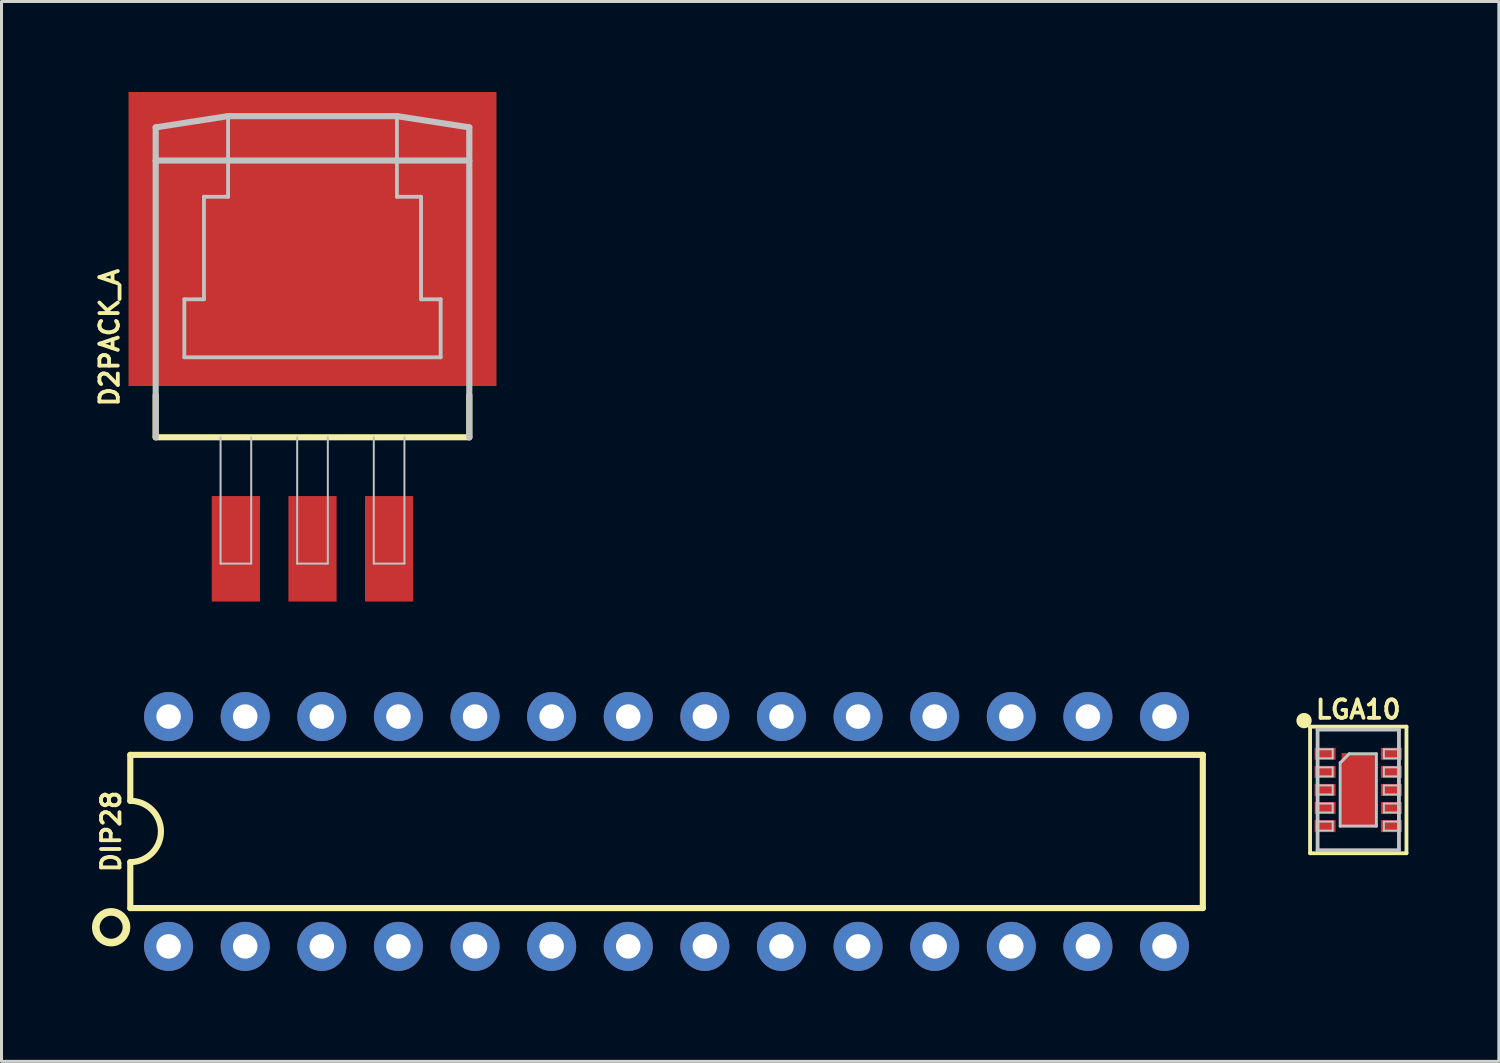
<source format=kicad_pcb>
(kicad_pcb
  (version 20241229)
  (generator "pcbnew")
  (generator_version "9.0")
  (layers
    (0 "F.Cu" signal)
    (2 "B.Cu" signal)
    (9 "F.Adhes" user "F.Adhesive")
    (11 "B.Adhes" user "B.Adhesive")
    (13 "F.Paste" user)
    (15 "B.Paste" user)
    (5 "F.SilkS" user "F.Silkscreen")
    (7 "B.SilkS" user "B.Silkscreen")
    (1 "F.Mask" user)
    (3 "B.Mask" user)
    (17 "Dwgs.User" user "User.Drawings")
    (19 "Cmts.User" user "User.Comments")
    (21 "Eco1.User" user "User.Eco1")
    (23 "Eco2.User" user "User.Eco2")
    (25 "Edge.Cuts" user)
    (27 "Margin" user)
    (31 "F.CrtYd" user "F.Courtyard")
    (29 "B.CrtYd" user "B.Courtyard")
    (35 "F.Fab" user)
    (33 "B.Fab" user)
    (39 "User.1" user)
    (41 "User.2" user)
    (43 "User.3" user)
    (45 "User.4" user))
  (footprint "D2PACK_A"
    (layer "F.Cu")
    (at 7.311 6.873)
    (property "Reference" "D2PACK_A" (at -6.731 1.27 90) (layer "F.SilkS") (effects (font (size 0.61 0.61) (thickness 0.127))))
    (attr smd)
    (fp_line (start -5.199 4.575) (end -5.199 3.175) (stroke (width 0.203) (type solid)) (layer "F.SilkS"))
    (fp_line (start 5.199 4.575) (end -5.199 4.575) (stroke (width 0.203) (type solid)) (layer "F.SilkS"))
    (fp_line (start 5.199 4.575) (end 5.199 3.175) (stroke (width 0.203) (type solid)) (layer "F.SilkS"))
    (fp_line (start -5.199 -5.7) (end -2.799 -6.073) (stroke (width 0.203) (type solid)) (layer "Dwgs.User"))
    (fp_line (start -5.199 -4.6) (end -5.199 -5.7) (stroke (width 0.203) (type solid)) (layer "Dwgs.User"))
    (fp_line (start -5.199 4.575) (end -5.199 -4.575) (stroke (width 0.203) (type solid)) (layer "Dwgs.User"))
    (fp_line (start -4.249 0) (end -3.599 0) (stroke (width 0.127) (type solid)) (layer "Dwgs.User"))
    (fp_line (start -4.249 1.923) (end -4.249 0) (stroke (width 0.127) (type solid)) (layer "Dwgs.User"))
    (fp_line (start -3.599 -3.399) (end -2.799 -3.399) (stroke (width 0.127) (type solid)) (layer "Dwgs.User"))
    (fp_line (start -3.599 0) (end -3.599 -3.399) (stroke (width 0.127) (type solid)) (layer "Dwgs.User"))
    (fp_line (start -3.048 8.763) (end -3.048 4.572) (stroke (width 0.066) (type solid)) (layer "Dwgs.User"))
    (fp_line (start -3.048 8.763) (end -2.032 8.763) (stroke (width 0.066) (type solid)) (layer "Dwgs.User"))
    (fp_line (start -2.799 -6.073) (end 2.799 -6.073) (stroke (width 0.127) (type solid)) (layer "Dwgs.User"))
    (fp_line (start -2.799 -6.073) (end 2.799 -6.073) (stroke (width 0.203) (type solid)) (layer "Dwgs.User"))
    (fp_line (start -2.799 -3.399) (end -2.799 -6.073) (stroke (width 0.127) (type solid)) (layer "Dwgs.User"))
    (fp_line (start -2.032 8.763) (end -2.032 4.572) (stroke (width 0.066) (type solid)) (layer "Dwgs.User"))
    (fp_line (start -0.508 8.763) (end -0.508 4.572) (stroke (width 0.066) (type solid)) (layer "Dwgs.User"))
    (fp_line (start -0.508 8.763) (end 0.508 8.763) (stroke (width 0.066) (type solid)) (layer "Dwgs.User"))
    (fp_line (start 0.508 8.763) (end 0.508 4.572) (stroke (width 0.066) (type solid)) (layer "Dwgs.User"))
    (fp_line (start 2.032 8.763) (end 2.032 4.572) (stroke (width 0.066) (type solid)) (layer "Dwgs.User"))
    (fp_line (start 2.032 8.763) (end 3.048 8.763) (stroke (width 0.066) (type solid)) (layer "Dwgs.User"))
    (fp_line (start 2.799 -6.073) (end 2.799 -3.399) (stroke (width 0.127) (type solid)) (layer "Dwgs.User"))
    (fp_line (start 2.799 -6.073) (end 5.199 -5.7) (stroke (width 0.203) (type solid)) (layer "Dwgs.User"))
    (fp_line (start 2.799 -3.399) (end 3.599 -3.399) (stroke (width 0.127) (type solid)) (layer "Dwgs.User"))
    (fp_line (start 3.048 8.763) (end 3.048 4.572) (stroke (width 0.066) (type solid)) (layer "Dwgs.User"))
    (fp_line (start 3.599 -3.399) (end 3.599 0) (stroke (width 0.127) (type solid)) (layer "Dwgs.User"))
    (fp_line (start 3.599 0) (end 4.249 0) (stroke (width 0.127) (type solid)) (layer "Dwgs.User"))
    (fp_line (start 4.249 0) (end 4.249 1.923) (stroke (width 0.127) (type solid)) (layer "Dwgs.User"))
    (fp_line (start 4.249 1.923) (end -4.249 1.923) (stroke (width 0.127) (type solid)) (layer "Dwgs.User"))
    (fp_line (start 5.199 -5.7) (end 5.199 -4.6) (stroke (width 0.203) (type solid)) (layer "Dwgs.User"))
    (fp_line (start 5.199 -4.6) (end -5.199 -4.6) (stroke (width 0.203) (type solid)) (layer "Dwgs.User"))
    (fp_line (start 5.199 -4.575) (end 5.199 4.575) (stroke (width 0.203) (type solid)) (layer "Dwgs.User"))
    (pad "1" smd rect (at -2.54 8.273) (size 1.598 3.498) (layers "F.Cu" "F.Mask" "F.Paste"))
    (pad "2" smd rect (at 0 8.273) (size 1.598 3.498) (layers "F.Cu" "F.Mask" "F.Paste"))
    (pad "3" smd rect (at 2.54 8.273) (size 1.598 3.498) (layers "F.Cu" "F.Mask" "F.Paste"))
    (pad "TAB" smd rect (at 0 -1.999) (size 12.2 9.749) (layers "F.Cu" "F.Mask" "F.Paste")))
  (footprint "LGA10"
    (layer "F.Cu")
    (at 41.984 23.141)
    (property "Reference" "LGA10" (at 0 -2.667 0) (layer "F.SilkS") (effects (font (size 0.61 0.61) (thickness 0.127))))
    (attr smd)
    (fp_line (start -1.598 -2.098) (end -1.598 2.098) (stroke (width 0.127) (type solid)) (layer "F.SilkS"))
    (fp_line (start -1.598 2.098) (end 1.598 2.098) (stroke (width 0.127) (type solid)) (layer "F.SilkS"))
    (fp_line (start 1.598 -2.098) (end -1.598 -2.098) (stroke (width 0.127) (type solid)) (layer "F.SilkS"))
    (fp_line (start 1.598 2.098) (end 1.598 -2.098) (stroke (width 0.127) (type solid)) (layer "F.SilkS"))
    (fp_circle (center -1.798 -2.299) (end -1.798 -2.553) (stroke (width 0) (type solid)) (fill yes) (layer "F.SilkS"))
    (fp_line (start -1.349 -1.999) (end -1.349 1.999) (stroke (width 0.127) (type solid)) (layer "Dwgs.User"))
    (fp_line (start -1.349 -1.349) (end -0.848 -1.349) (stroke (width 0.066) (type solid)) (layer "Dwgs.User"))
    (fp_line (start -1.349 -1.049) (end -1.349 -1.349) (stroke (width 0.066) (type solid)) (layer "Dwgs.User"))
    (fp_line (start -1.349 -1.049) (end -0.848 -1.049) (stroke (width 0.066) (type solid)) (layer "Dwgs.User"))
    (fp_line (start -1.349 -0.749) (end -0.848 -0.749) (stroke (width 0.066) (type solid)) (layer "Dwgs.User"))
    (fp_line (start -1.349 -0.45) (end -1.349 -0.749) (stroke (width 0.066) (type solid)) (layer "Dwgs.User"))
    (fp_line (start -1.349 -0.45) (end -0.848 -0.45) (stroke (width 0.066) (type solid)) (layer "Dwgs.User"))
    (fp_line (start -1.349 -0.15) (end -0.848 -0.15) (stroke (width 0.066) (type solid)) (layer "Dwgs.User"))
    (fp_line (start -1.349 0.15) (end -1.349 -0.15) (stroke (width 0.066) (type solid)) (layer "Dwgs.User"))
    (fp_line (start -1.349 0.15) (end -0.848 0.15) (stroke (width 0.066) (type solid)) (layer "Dwgs.User"))
    (fp_line (start -1.349 0.45) (end -0.848 0.45) (stroke (width 0.066) (type solid)) (layer "Dwgs.User"))
    (fp_line (start -1.349 0.749) (end -1.349 0.45) (stroke (width 0.066) (type solid)) (layer "Dwgs.User"))
    (fp_line (start -1.349 0.749) (end -0.848 0.749) (stroke (width 0.066) (type solid)) (layer "Dwgs.User"))
    (fp_line (start -1.349 1.049) (end -0.848 1.049) (stroke (width 0.066) (type solid)) (layer "Dwgs.User"))
    (fp_line (start -1.349 1.349) (end -1.349 1.049) (stroke (width 0.066) (type solid)) (layer "Dwgs.User"))
    (fp_line (start -1.349 1.349) (end -0.848 1.349) (stroke (width 0.066) (type solid)) (layer "Dwgs.User"))
    (fp_line (start -1.349 1.999) (end 1.349 1.999) (stroke (width 0.127) (type solid)) (layer "Dwgs.User"))
    (fp_line (start -0.848 -1.049) (end -0.848 -1.349) (stroke (width 0.066) (type solid)) (layer "Dwgs.User"))
    (fp_line (start -0.848 -0.45) (end -0.848 -0.749) (stroke (width 0.066) (type solid)) (layer "Dwgs.User"))
    (fp_line (start -0.848 0.15) (end -0.848 -0.15) (stroke (width 0.066) (type solid)) (layer "Dwgs.User"))
    (fp_line (start -0.848 0.749) (end -0.848 0.45) (stroke (width 0.066) (type solid)) (layer "Dwgs.User"))
    (fp_line (start -0.848 1.349) (end -0.848 1.049) (stroke (width 0.066) (type solid)) (layer "Dwgs.User"))
    (fp_line (start -0.599 -0.899) (end -0.3 -1.199) (stroke (width 0.1) (type solid)) (layer "Dwgs.User"))
    (fp_line (start -0.599 1.199) (end -0.599 -0.899) (stroke (width 0.1) (type solid)) (layer "Dwgs.User"))
    (fp_line (start -0.3 -1.199) (end 0.599 -1.199) (stroke (width 0.1) (type solid)) (layer "Dwgs.User"))
    (fp_line (start 0.599 -1.199) (end 0.599 1.199) (stroke (width 0.1) (type solid)) (layer "Dwgs.User"))
    (fp_line (start 0.599 1.199) (end -0.599 1.199) (stroke (width 0.1) (type solid)) (layer "Dwgs.User"))
    (fp_line (start 0.848 -1.349) (end 1.349 -1.349) (stroke (width 0.066) (type solid)) (layer "Dwgs.User"))
    (fp_line (start 0.848 -1.049) (end 0.848 -1.349) (stroke (width 0.066) (type solid)) (layer "Dwgs.User"))
    (fp_line (start 0.848 -1.049) (end 1.349 -1.049) (stroke (width 0.066) (type solid)) (layer "Dwgs.User"))
    (fp_line (start 0.848 -0.749) (end 1.349 -0.749) (stroke (width 0.066) (type solid)) (layer "Dwgs.User"))
    (fp_line (start 0.848 -0.45) (end 0.848 -0.749) (stroke (width 0.066) (type solid)) (layer "Dwgs.User"))
    (fp_line (start 0.848 -0.45) (end 1.349 -0.45) (stroke (width 0.066) (type solid)) (layer "Dwgs.User"))
    (fp_line (start 0.848 -0.15) (end 1.349 -0.15) (stroke (width 0.066) (type solid)) (layer "Dwgs.User"))
    (fp_line (start 0.848 0.15) (end 0.848 -0.15) (stroke (width 0.066) (type solid)) (layer "Dwgs.User"))
    (fp_line (start 0.848 0.15) (end 1.349 0.15) (stroke (width 0.066) (type solid)) (layer "Dwgs.User"))
    (fp_line (start 0.848 0.45) (end 1.349 0.45) (stroke (width 0.066) (type solid)) (layer "Dwgs.User"))
    (fp_line (start 0.848 0.749) (end 0.848 0.45) (stroke (width 0.066) (type solid)) (layer "Dwgs.User"))
    (fp_line (start 0.848 0.749) (end 1.349 0.749) (stroke (width 0.066) (type solid)) (layer "Dwgs.User"))
    (fp_line (start 0.848 1.049) (end 1.349 1.049) (stroke (width 0.066) (type solid)) (layer "Dwgs.User"))
    (fp_line (start 0.848 1.349) (end 0.848 1.049) (stroke (width 0.066) (type solid)) (layer "Dwgs.User"))
    (fp_line (start 0.848 1.349) (end 1.349 1.349) (stroke (width 0.066) (type solid)) (layer "Dwgs.User"))
    (fp_line (start 1.349 -1.999) (end -1.349 -1.999) (stroke (width 0.127) (type solid)) (layer "Dwgs.User"))
    (fp_line (start 1.349 -1.049) (end 1.349 -1.349) (stroke (width 0.066) (type solid)) (layer "Dwgs.User"))
    (fp_line (start 1.349 -0.45) (end 1.349 -0.749) (stroke (width 0.066) (type solid)) (layer "Dwgs.User"))
    (fp_line (start 1.349 0.15) (end 1.349 -0.15) (stroke (width 0.066) (type solid)) (layer "Dwgs.User"))
    (fp_line (start 1.349 0.749) (end 1.349 0.45) (stroke (width 0.066) (type solid)) (layer "Dwgs.User"))
    (fp_line (start 1.349 1.349) (end 1.349 1.049) (stroke (width 0.066) (type solid)) (layer "Dwgs.User"))
    (fp_line (start 1.349 1.999) (end 1.349 -1.999) (stroke (width 0.127) (type solid)) (layer "Dwgs.User"))
    (pad "1" smd rect (at -1.1 -1.199) (size 0.699 0.399) (layers "F.Cu" "F.Mask" "F.Paste"))
    (pad "2" smd rect (at -1.1 -0.599) (size 0.699 0.399) (layers "F.Cu" "F.Mask" "F.Paste"))
    (pad "3" smd rect (at -1.1 0) (size 0.699 0.399) (layers "F.Cu" "F.Mask" "F.Paste"))
    (pad "4" smd rect (at -1.1 0.599) (size 0.699 0.399) (layers "F.Cu" "F.Mask" "F.Paste"))
    (pad "5" smd rect (at -1.1 1.199) (size 0.699 0.399) (layers "F.Cu" "F.Mask" "F.Paste"))
    (pad "6" smd rect (at 1.1 1.199 180) (size 0.699 0.399) (layers "F.Cu" "F.Mask" "F.Paste"))
    (pad "7" smd rect (at 1.1 0.599 180) (size 0.699 0.399) (layers "F.Cu" "F.Mask" "F.Paste"))
    (pad "8" smd rect (at 1.1 0 180) (size 0.699 0.399) (layers "F.Cu" "F.Mask" "F.Paste"))
    (pad "9" smd rect (at 1.1 -0.599 180) (size 0.699 0.399) (layers "F.Cu" "F.Mask" "F.Paste"))
    (pad "10" smd rect (at 1.1 -1.199 180) (size 0.699 0.399) (layers "F.Cu" "F.Mask" "F.Paste"))
    (pad "EP" smd rect (at 0 0) (size 1.1 2.449) (layers "F.Cu" "F.Mask" "F.Paste")))
  (footprint "DIP28"
    (layer "F.Cu")
    (at 19.05 24.518)
    (property "Reference" "DIP28" (at -18.415 0 90) (layer "F.SilkS") (effects (font (size 0.61 0.61) (thickness 0.127))))
    (attr exclude_from_pos_files exclude_from_bom)
    (fp_line (start -17.78 -2.54) (end -17.78 -1.016) (stroke (width 0.203) (type solid)) (layer "F.SilkS"))
    (fp_line (start -17.78 2.54) (end -17.78 1.016) (stroke (width 0.203) (type solid)) (layer "F.SilkS"))
    (fp_line (start -17.78 2.54) (end 17.78 2.54) (stroke (width 0.203) (type solid)) (layer "F.SilkS"))
    (fp_line (start 17.78 -2.54) (end -17.78 -2.54) (stroke (width 0.203) (type solid)) (layer "F.SilkS"))
    (fp_line (start 17.78 -2.54) (end 17.78 2.54) (stroke (width 0.203) (type solid)) (layer "F.SilkS"))
    (fp_arc (start -17.78 -1.016) (mid -16.764 0) (end -17.78 1.016) (stroke (width 0.2032) (type solid)) (layer "F.SilkS"))
    (fp_circle (center -18.415 3.175) (end -18.415 2.667) (stroke (width 0.254) (type solid)) (fill no) (layer "F.SilkS"))
    (pad "1" thru_hole circle (at -16.51 3.81) (size 1.626 1.626) (drill 0.813) (layers "*.Cu" "*.Mask"))
    (pad "2" thru_hole circle (at -13.97 3.81) (size 1.626 1.626) (drill 0.813) (layers "*.Cu" "*.Mask"))
    (pad "3" thru_hole circle (at -11.43 3.81) (size 1.626 1.626) (drill 0.813) (layers "*.Cu" "*.Mask"))
    (pad "4" thru_hole circle (at -8.89 3.81) (size 1.626 1.626) (drill 0.813) (layers "*.Cu" "*.Mask"))
    (pad "5" thru_hole circle (at -6.35 3.81) (size 1.626 1.626) (drill 0.813) (layers "*.Cu" "*.Mask"))
    (pad "6" thru_hole circle (at -3.81 3.81) (size 1.626 1.626) (drill 0.813) (layers "*.Cu" "*.Mask"))
    (pad "7" thru_hole circle (at -1.27 3.81) (size 1.626 1.626) (drill 0.813) (layers "*.Cu" "*.Mask"))
    (pad "8" thru_hole circle (at 1.27 3.81) (size 1.626 1.626) (drill 0.813) (layers "*.Cu" "*.Mask"))
    (pad "9" thru_hole circle (at 3.81 3.81) (size 1.626 1.626) (drill 0.813) (layers "*.Cu" "*.Mask"))
    (pad "10" thru_hole circle (at 6.35 3.81) (size 1.626 1.626) (drill 0.813) (layers "*.Cu" "*.Mask"))
    (pad "11" thru_hole circle (at 8.89 3.81) (size 1.626 1.626) (drill 0.813) (layers "*.Cu" "*.Mask"))
    (pad "12" thru_hole circle (at 11.43 3.81) (size 1.626 1.626) (drill 0.813) (layers "*.Cu" "*.Mask"))
    (pad "13" thru_hole circle (at 13.97 3.81) (size 1.626 1.626) (drill 0.813) (layers "*.Cu" "*.Mask"))
    (pad "14" thru_hole circle (at 16.51 3.81) (size 1.626 1.626) (drill 0.813) (layers "*.Cu" "*.Mask"))
    (pad "15" thru_hole circle (at 16.51 -3.81) (size 1.626 1.626) (drill 0.813) (layers "*.Cu" "*.Mask"))
    (pad "16" thru_hole circle (at 13.97 -3.81) (size 1.626 1.626) (drill 0.813) (layers "*.Cu" "*.Mask"))
    (pad "17" thru_hole circle (at 11.43 -3.81) (size 1.626 1.626) (drill 0.813) (layers "*.Cu" "*.Mask"))
    (pad "18" thru_hole circle (at 8.89 -3.81) (size 1.626 1.626) (drill 0.813) (layers "*.Cu" "*.Mask"))
    (pad "19" thru_hole circle (at 6.35 -3.81) (size 1.626 1.626) (drill 0.813) (layers "*.Cu" "*.Mask"))
    (pad "20" thru_hole circle (at 3.81 -3.81) (size 1.626 1.626) (drill 0.813) (layers "*.Cu" "*.Mask"))
    (pad "21" thru_hole circle (at 1.27 -3.81) (size 1.626 1.626) (drill 0.813) (layers "*.Cu" "*.Mask"))
    (pad "22" thru_hole circle (at -1.27 -3.81) (size 1.626 1.626) (drill 0.813) (layers "*.Cu" "*.Mask"))
    (pad "23" thru_hole circle (at -3.81 -3.81) (size 1.626 1.626) (drill 0.813) (layers "*.Cu" "*.Mask"))
    (pad "24" thru_hole circle (at -6.35 -3.81) (size 1.626 1.626) (drill 0.813) (layers "*.Cu" "*.Mask"))
    (pad "25" thru_hole circle (at -8.89 -3.81) (size 1.626 1.626) (drill 0.813) (layers "*.Cu" "*.Mask"))
    (pad "26" thru_hole circle (at -11.43 -3.81) (size 1.626 1.626) (drill 0.813) (layers "*.Cu" "*.Mask"))
    (pad "27" thru_hole circle (at -13.97 -3.81) (size 1.626 1.626) (drill 0.813) (layers "*.Cu" "*.Mask"))
    (pad "28" thru_hole circle (at -16.51 -3.81) (size 1.626 1.626) (drill 0.813) (layers "*.Cu" "*.Mask")))
  (gr_rect
    (start -3 -3)
    (end 46.645 32.14)
    (stroke (width 0.1) (type default))
    (fill no)
    (layer "Edge.Cuts")))
</source>
